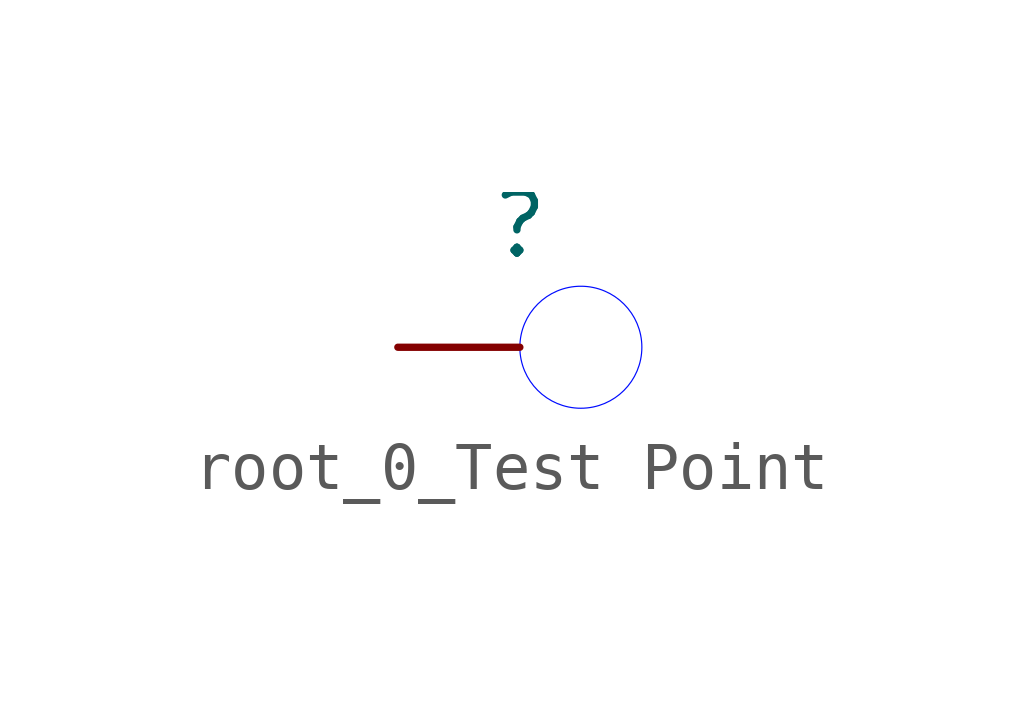
<source format=kicad_sym>
(kicad_symbol_lib
  (version 20231120)
  (generator "kicad_symbol_editor")
  (generator_version "8.0")
  (symbol "root_0_Test Point"
    (property "Reference" ""
      (at 0 0 0)
      (effects (font (size 1.27 1.27))))
    (property "Value" ""
      (at 0 0 0)
      (effects (font (size 1.27 1.27))))
    (symbol "root_0_Test Point_1_0"
      (circle (center 1.27 -2.54) (radius 1.27) (stroke (width 0.025) (type solid) (color 0 11 255 1)) (fill (type none)))
      (pin passive line (at -2.54 -2.54 0) (length 2.54) (name "TP" (effects (font (size 0 0)))) (number "1" (effects (font (size 0 0))))))))
</source>
